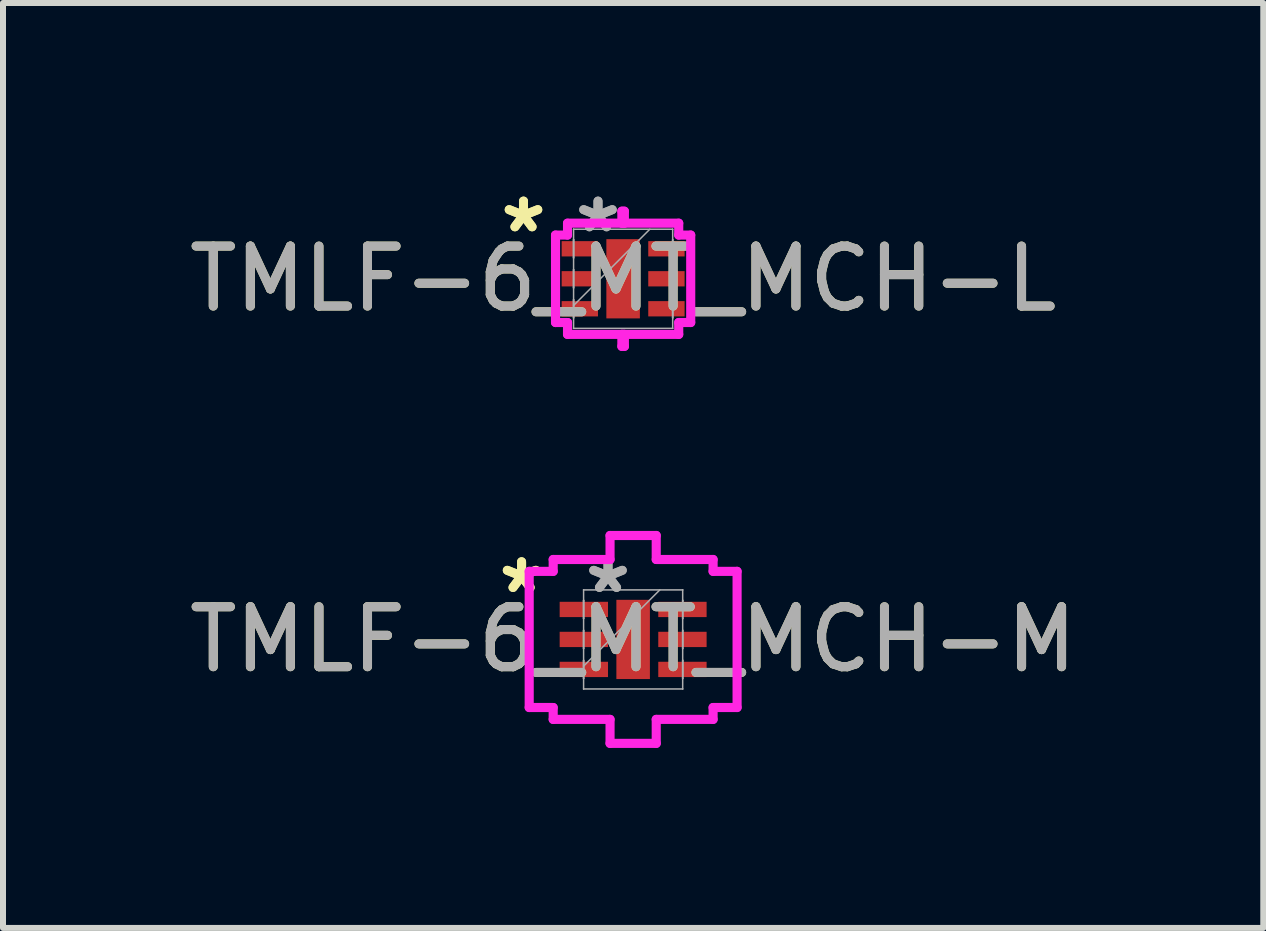
<source format=kicad_pcb>
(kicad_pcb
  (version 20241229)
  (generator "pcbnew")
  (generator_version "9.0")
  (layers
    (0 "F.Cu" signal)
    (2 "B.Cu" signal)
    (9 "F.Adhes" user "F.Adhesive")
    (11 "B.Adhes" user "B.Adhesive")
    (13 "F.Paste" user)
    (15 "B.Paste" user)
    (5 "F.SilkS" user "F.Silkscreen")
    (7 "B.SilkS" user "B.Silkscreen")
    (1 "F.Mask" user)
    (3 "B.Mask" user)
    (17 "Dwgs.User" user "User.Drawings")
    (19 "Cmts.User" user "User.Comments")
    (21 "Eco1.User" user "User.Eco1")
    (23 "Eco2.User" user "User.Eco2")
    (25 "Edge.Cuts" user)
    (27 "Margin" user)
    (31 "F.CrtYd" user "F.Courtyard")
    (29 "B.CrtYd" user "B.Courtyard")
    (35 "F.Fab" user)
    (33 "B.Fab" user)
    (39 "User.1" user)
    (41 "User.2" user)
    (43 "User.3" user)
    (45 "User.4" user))
  (footprint "TMLF-6_MT_MCH-L"
    (layer "F.Cu")
    (at 7.339 1.598)
    (property "Reference" "TMLF-6_MT_MCH-L" (at 0 0 0) (unlocked yes) (layer "F.SilkS") (effects (font (size 1 1) (thickness 0.15))))
    (attr smd)
    (fp_line (start -1.127 -0.729) (end -0.927 -0.729) (stroke (width 0.152) (type solid)) (layer "F.CrtYd"))
    (fp_line (start -1.127 0.729) (end -1.127 -0.729) (stroke (width 0.152) (type solid)) (layer "F.CrtYd"))
    (fp_line (start -0.927 -0.927) (end 0.021 -0.927) (stroke (width 0.152) (type solid)) (layer "F.CrtYd"))
    (fp_line (start -0.927 -0.729) (end -0.927 -0.927) (stroke (width 0.152) (type solid)) (layer "F.CrtYd"))
    (fp_line (start -0.927 0.729) (end -1.127 0.729) (stroke (width 0.152) (type solid)) (layer "F.CrtYd"))
    (fp_line (start -0.927 0.927) (end -0.927 0.729) (stroke (width 0.152) (type solid)) (layer "F.CrtYd"))
    (fp_line (start -0.021 -1.127) (end -0.021 -0.927) (stroke (width 0.152) (type solid)) (layer "F.CrtYd"))
    (fp_line (start -0.021 -0.927) (end 0.927 -0.927) (stroke (width 0.152) (type solid)) (layer "F.CrtYd"))
    (fp_line (start -0.021 0.927) (end -0.021 1.127) (stroke (width 0.152) (type solid)) (layer "F.CrtYd"))
    (fp_line (start -0.021 1.127) (end 0.021 1.127) (stroke (width 0.152) (type solid)) (layer "F.CrtYd"))
    (fp_line (start 0.021 -1.127) (end -0.021 -1.127) (stroke (width 0.152) (type solid)) (layer "F.CrtYd"))
    (fp_line (start 0.021 -0.927) (end 0.021 -1.127) (stroke (width 0.152) (type solid)) (layer "F.CrtYd"))
    (fp_line (start 0.021 0.927) (end -0.927 0.927) (stroke (width 0.152) (type solid)) (layer "F.CrtYd"))
    (fp_line (start 0.021 1.127) (end 0.021 0.927) (stroke (width 0.152) (type solid)) (layer "F.CrtYd"))
    (fp_line (start 0.927 -0.927) (end 0.927 -0.729) (stroke (width 0.152) (type solid)) (layer "F.CrtYd"))
    (fp_line (start 0.927 -0.729) (end 1.127 -0.729) (stroke (width 0.152) (type solid)) (layer "F.CrtYd"))
    (fp_line (start 0.927 0.729) (end 0.927 0.927) (stroke (width 0.152) (type solid)) (layer "F.CrtYd"))
    (fp_line (start 0.927 0.927) (end -0.021 0.927) (stroke (width 0.152) (type solid)) (layer "F.CrtYd"))
    (fp_line (start 1.127 -0.729) (end 1.127 0.729) (stroke (width 0.152) (type solid)) (layer "F.CrtYd"))
    (fp_line (start 1.127 0.729) (end 0.927 0.729) (stroke (width 0.152) (type solid)) (layer "F.CrtYd"))
    (fp_line (start -0.826 -0.826) (end -0.826 -0.826) (stroke (width 0.025) (type solid)) (layer "F.Fab"))
    (fp_line (start -0.826 -0.826) (end -0.826 0.826) (stroke (width 0.025) (type solid)) (layer "F.Fab"))
    (fp_line (start -0.826 -0.652) (end -0.826 -0.652) (stroke (width 0.025) (type solid)) (layer "F.Fab"))
    (fp_line (start -0.826 -0.652) (end -0.826 -0.348) (stroke (width 0.025) (type solid)) (layer "F.Fab"))
    (fp_line (start -0.826 -0.348) (end -0.826 -0.652) (stroke (width 0.025) (type solid)) (layer "F.Fab"))
    (fp_line (start -0.826 -0.348) (end -0.826 -0.348) (stroke (width 0.025) (type solid)) (layer "F.Fab"))
    (fp_line (start -0.826 -0.152) (end -0.826 -0.152) (stroke (width 0.025) (type solid)) (layer "F.Fab"))
    (fp_line (start -0.826 -0.152) (end -0.826 0.152) (stroke (width 0.025) (type solid)) (layer "F.Fab"))
    (fp_line (start -0.826 0.152) (end -0.826 -0.152) (stroke (width 0.025) (type solid)) (layer "F.Fab"))
    (fp_line (start -0.826 0.152) (end -0.826 0.152) (stroke (width 0.025) (type solid)) (layer "F.Fab"))
    (fp_line (start -0.826 0.348) (end -0.826 0.348) (stroke (width 0.025) (type solid)) (layer "F.Fab"))
    (fp_line (start -0.826 0.348) (end -0.826 0.652) (stroke (width 0.025) (type solid)) (layer "F.Fab"))
    (fp_line (start -0.826 0.445) (end 0.445 -0.826) (stroke (width 0.025) (type solid)) (layer "F.Fab"))
    (fp_line (start -0.826 0.652) (end -0.826 0.348) (stroke (width 0.025) (type solid)) (layer "F.Fab"))
    (fp_line (start -0.826 0.652) (end -0.826 0.652) (stroke (width 0.025) (type solid)) (layer "F.Fab"))
    (fp_line (start -0.826 0.826) (end -0.826 0.826) (stroke (width 0.025) (type solid)) (layer "F.Fab"))
    (fp_line (start -0.826 0.826) (end 0.826 0.826) (stroke (width 0.025) (type solid)) (layer "F.Fab"))
    (fp_line (start 0.826 -0.826) (end -0.826 -0.826) (stroke (width 0.025) (type solid)) (layer "F.Fab"))
    (fp_line (start 0.826 -0.826) (end 0.826 -0.826) (stroke (width 0.025) (type solid)) (layer "F.Fab"))
    (fp_line (start 0.826 -0.652) (end 0.826 -0.652) (stroke (width 0.025) (type solid)) (layer "F.Fab"))
    (fp_line (start 0.826 -0.652) (end 0.826 -0.348) (stroke (width 0.025) (type solid)) (layer "F.Fab"))
    (fp_line (start 0.826 -0.348) (end 0.826 -0.652) (stroke (width 0.025) (type solid)) (layer "F.Fab"))
    (fp_line (start 0.826 -0.348) (end 0.826 -0.348) (stroke (width 0.025) (type solid)) (layer "F.Fab"))
    (fp_line (start 0.826 -0.152) (end 0.826 -0.152) (stroke (width 0.025) (type solid)) (layer "F.Fab"))
    (fp_line (start 0.826 -0.152) (end 0.826 0.152) (stroke (width 0.025) (type solid)) (layer "F.Fab"))
    (fp_line (start 0.826 0.152) (end 0.826 -0.152) (stroke (width 0.025) (type solid)) (layer "F.Fab"))
    (fp_line (start 0.826 0.152) (end 0.826 0.152) (stroke (width 0.025) (type solid)) (layer "F.Fab"))
    (fp_line (start 0.826 0.348) (end 0.826 0.348) (stroke (width 0.025) (type solid)) (layer "F.Fab"))
    (fp_line (start 0.826 0.348) (end 0.826 0.652) (stroke (width 0.025) (type solid)) (layer "F.Fab"))
    (fp_line (start 0.826 0.652) (end 0.826 0.348) (stroke (width 0.025) (type solid)) (layer "F.Fab"))
    (fp_line (start 0.826 0.652) (end 0.826 0.652) (stroke (width 0.025) (type solid)) (layer "F.Fab"))
    (fp_line (start 0.826 0.826) (end 0.826 -0.826) (stroke (width 0.025) (type solid)) (layer "F.Fab"))
    (fp_line (start 0.826 0.826) (end 0.826 0.826) (stroke (width 0.025) (type solid)) (layer "F.Fab"))
    (fp_text user "*" (at -1.661 -0.75 0) (layer "F.SilkS") (effects (font (size 1 1) (thickness 0.15))))
    (fp_text user "*" (at -1.661 -0.75 0) (unlocked yes) (layer "F.SilkS") (effects (font (size 1 1) (thickness 0.15))))
    (fp_text user "*" (at -0.419 -0.75 0) (layer "F.Fab") (effects (font (size 1 1) (thickness 0.15))))
    (fp_text user "*" (at -0.419 -0.75 0) (unlocked yes) (layer "F.Fab") (effects (font (size 1 1) (thickness 0.15))))
    (fp_text user "${REFERENCE}" (at 0 0 0) (unlocked yes) (layer "F.Fab") (effects (font (size 1 1) (thickness 0.15))))
    (pad "1" smd rect (at -0.722 -0.5 90) (size 0.255 0.606) (layers "F.Cu" "F.Mask" "F.Paste"))
    (pad "2" smd rect (at -0.722 0 90) (size 0.255 0.606) (layers "F.Cu" "F.Mask" "F.Paste"))
    (pad "3" smd rect (at -0.722 0.5 90) (size 0.255 0.606) (layers "F.Cu" "F.Mask" "F.Paste"))
    (pad "4" smd rect (at 0.722 0.5 90) (size 0.255 0.606) (layers "F.Cu" "F.Mask" "F.Paste"))
    (pad "5" smd rect (at 0.722 0 90) (size 0.255 0.606) (layers "F.Cu" "F.Mask" "F.Paste"))
    (pad "6" smd rect (at 0.722 -0.5 90) (size 0.255 0.606) (layers "F.Cu" "F.Mask" "F.Paste"))
    (pad "7" smd rect (at 0 0) (size 0.559 1.321) (layers "F.Cu" "F.Mask" "F.Paste")))
  (footprint "TMLF-6_MT_MCH-M"
    (layer "F.Cu")
    (at 7.506 7.611)
    (property "Reference" "TMLF-6_MT_MCH-M" (at 0 0 0) (unlocked yes) (layer "F.SilkS") (effects (font (size 1 1) (thickness 0.15))))
    (attr smd)
    (fp_line (start -1.733 -1.135) (end -1.333 -1.135) (stroke (width 0.152) (type solid)) (layer "F.CrtYd"))
    (fp_line (start -1.733 1.135) (end -1.733 -1.135) (stroke (width 0.152) (type solid)) (layer "F.CrtYd"))
    (fp_line (start -1.333 -1.333) (end -0.385 -1.333) (stroke (width 0.152) (type solid)) (layer "F.CrtYd"))
    (fp_line (start -1.333 -1.135) (end -1.333 -1.333) (stroke (width 0.152) (type solid)) (layer "F.CrtYd"))
    (fp_line (start -1.333 1.135) (end -1.733 1.135) (stroke (width 0.152) (type solid)) (layer "F.CrtYd"))
    (fp_line (start -1.333 1.333) (end -1.333 1.135) (stroke (width 0.152) (type solid)) (layer "F.CrtYd"))
    (fp_line (start -0.385 -1.733) (end 0.385 -1.733) (stroke (width 0.152) (type solid)) (layer "F.CrtYd"))
    (fp_line (start -0.385 -1.333) (end -0.385 -1.733) (stroke (width 0.152) (type solid)) (layer "F.CrtYd"))
    (fp_line (start -0.385 1.333) (end -1.333 1.333) (stroke (width 0.152) (type solid)) (layer "F.CrtYd"))
    (fp_line (start -0.385 1.733) (end -0.385 1.333) (stroke (width 0.152) (type solid)) (layer "F.CrtYd"))
    (fp_line (start 0.385 -1.733) (end 0.385 -1.333) (stroke (width 0.152) (type solid)) (layer "F.CrtYd"))
    (fp_line (start 0.385 -1.333) (end 1.333 -1.333) (stroke (width 0.152) (type solid)) (layer "F.CrtYd"))
    (fp_line (start 0.385 1.333) (end 0.385 1.733) (stroke (width 0.152) (type solid)) (layer "F.CrtYd"))
    (fp_line (start 0.385 1.733) (end -0.385 1.733) (stroke (width 0.152) (type solid)) (layer "F.CrtYd"))
    (fp_line (start 1.333 -1.333) (end 1.333 -1.135) (stroke (width 0.152) (type solid)) (layer "F.CrtYd"))
    (fp_line (start 1.333 -1.135) (end 1.733 -1.135) (stroke (width 0.152) (type solid)) (layer "F.CrtYd"))
    (fp_line (start 1.333 1.135) (end 1.333 1.333) (stroke (width 0.152) (type solid)) (layer "F.CrtYd"))
    (fp_line (start 1.333 1.333) (end 0.385 1.333) (stroke (width 0.152) (type solid)) (layer "F.CrtYd"))
    (fp_line (start 1.733 -1.135) (end 1.733 1.135) (stroke (width 0.152) (type solid)) (layer "F.CrtYd"))
    (fp_line (start 1.733 1.135) (end 1.333 1.135) (stroke (width 0.152) (type solid)) (layer "F.CrtYd"))
    (fp_line (start -0.826 -0.826) (end -0.826 -0.826) (stroke (width 0.025) (type solid)) (layer "F.Fab"))
    (fp_line (start -0.826 -0.826) (end -0.826 0.826) (stroke (width 0.025) (type solid)) (layer "F.Fab"))
    (fp_line (start -0.826 -0.652) (end -0.826 -0.652) (stroke (width 0.025) (type solid)) (layer "F.Fab"))
    (fp_line (start -0.826 -0.652) (end -0.826 -0.348) (stroke (width 0.025) (type solid)) (layer "F.Fab"))
    (fp_line (start -0.826 -0.348) (end -0.826 -0.652) (stroke (width 0.025) (type solid)) (layer "F.Fab"))
    (fp_line (start -0.826 -0.348) (end -0.826 -0.348) (stroke (width 0.025) (type solid)) (layer "F.Fab"))
    (fp_line (start -0.826 -0.152) (end -0.826 -0.152) (stroke (width 0.025) (type solid)) (layer "F.Fab"))
    (fp_line (start -0.826 -0.152) (end -0.826 0.152) (stroke (width 0.025) (type solid)) (layer "F.Fab"))
    (fp_line (start -0.826 0.152) (end -0.826 -0.152) (stroke (width 0.025) (type solid)) (layer "F.Fab"))
    (fp_line (start -0.826 0.152) (end -0.826 0.152) (stroke (width 0.025) (type solid)) (layer "F.Fab"))
    (fp_line (start -0.826 0.348) (end -0.826 0.348) (stroke (width 0.025) (type solid)) (layer "F.Fab"))
    (fp_line (start -0.826 0.348) (end -0.826 0.652) (stroke (width 0.025) (type solid)) (layer "F.Fab"))
    (fp_line (start -0.826 0.445) (end 0.445 -0.826) (stroke (width 0.025) (type solid)) (layer "F.Fab"))
    (fp_line (start -0.826 0.652) (end -0.826 0.348) (stroke (width 0.025) (type solid)) (layer "F.Fab"))
    (fp_line (start -0.826 0.652) (end -0.826 0.652) (stroke (width 0.025) (type solid)) (layer "F.Fab"))
    (fp_line (start -0.826 0.826) (end -0.826 0.826) (stroke (width 0.025) (type solid)) (layer "F.Fab"))
    (fp_line (start -0.826 0.826) (end 0.826 0.826) (stroke (width 0.025) (type solid)) (layer "F.Fab"))
    (fp_line (start 0.826 -0.826) (end -0.826 -0.826) (stroke (width 0.025) (type solid)) (layer "F.Fab"))
    (fp_line (start 0.826 -0.826) (end 0.826 -0.826) (stroke (width 0.025) (type solid)) (layer "F.Fab"))
    (fp_line (start 0.826 -0.652) (end 0.826 -0.652) (stroke (width 0.025) (type solid)) (layer "F.Fab"))
    (fp_line (start 0.826 -0.652) (end 0.826 -0.348) (stroke (width 0.025) (type solid)) (layer "F.Fab"))
    (fp_line (start 0.826 -0.348) (end 0.826 -0.652) (stroke (width 0.025) (type solid)) (layer "F.Fab"))
    (fp_line (start 0.826 -0.348) (end 0.826 -0.348) (stroke (width 0.025) (type solid)) (layer "F.Fab"))
    (fp_line (start 0.826 -0.152) (end 0.826 -0.152) (stroke (width 0.025) (type solid)) (layer "F.Fab"))
    (fp_line (start 0.826 -0.152) (end 0.826 0.152) (stroke (width 0.025) (type solid)) (layer "F.Fab"))
    (fp_line (start 0.826 0.152) (end 0.826 -0.152) (stroke (width 0.025) (type solid)) (layer "F.Fab"))
    (fp_line (start 0.826 0.152) (end 0.826 0.152) (stroke (width 0.025) (type solid)) (layer "F.Fab"))
    (fp_line (start 0.826 0.348) (end 0.826 0.348) (stroke (width 0.025) (type solid)) (layer "F.Fab"))
    (fp_line (start 0.826 0.348) (end 0.826 0.652) (stroke (width 0.025) (type solid)) (layer "F.Fab"))
    (fp_line (start 0.826 0.652) (end 0.826 0.348) (stroke (width 0.025) (type solid)) (layer "F.Fab"))
    (fp_line (start 0.826 0.652) (end 0.826 0.652) (stroke (width 0.025) (type solid)) (layer "F.Fab"))
    (fp_line (start 0.826 0.826) (end 0.826 -0.826) (stroke (width 0.025) (type solid)) (layer "F.Fab"))
    (fp_line (start 0.826 0.826) (end 0.826 0.826) (stroke (width 0.025) (type solid)) (layer "F.Fab"))
    (fp_text user "*" (at -1.86 -0.75 0) (layer "F.SilkS") (effects (font (size 1 1) (thickness 0.15))))
    (fp_text user "*" (at -1.86 -0.75 0) (unlocked yes) (layer "F.SilkS") (effects (font (size 1 1) (thickness 0.15))))
    (fp_text user "*" (at -0.419 -0.75 0) (layer "F.Fab") (effects (font (size 1 1) (thickness 0.15))))
    (fp_text user "${REFERENCE}" (at 0 0 0) (unlocked yes) (layer "F.Fab") (effects (font (size 1 1) (thickness 0.15))))
    (fp_text user "*" (at -0.419 -0.75 0) (unlocked yes) (layer "F.Fab") (effects (font (size 1 1) (thickness 0.15))))
    (pad "1" smd rect (at -0.822 -0.5 90) (size 0.255 0.806) (layers "F.Cu" "F.Mask" "F.Paste"))
    (pad "2" smd rect (at -0.822 0 90) (size 0.255 0.806) (layers "F.Cu" "F.Mask" "F.Paste"))
    (pad "3" smd rect (at -0.822 0.5 90) (size 0.255 0.806) (layers "F.Cu" "F.Mask" "F.Paste"))
    (pad "4" smd rect (at 0.822 0.5 90) (size 0.255 0.806) (layers "F.Cu" "F.Mask" "F.Paste"))
    (pad "5" smd rect (at 0.822 0 90) (size 0.255 0.806) (layers "F.Cu" "F.Mask" "F.Paste"))
    (pad "6" smd rect (at 0.822 -0.5 90) (size 0.255 0.806) (layers "F.Cu" "F.Mask" "F.Paste"))
    (pad "7" smd rect (at 0 0) (size 0.559 1.321) (layers "F.Cu" "F.Mask" "F.Paste")))
  (gr_rect
    (start -3 -3)
    (end 18.012 12.421)
    (stroke (width 0.1) (type default))
    (fill no)
    (layer "Edge.Cuts")))
</source>
